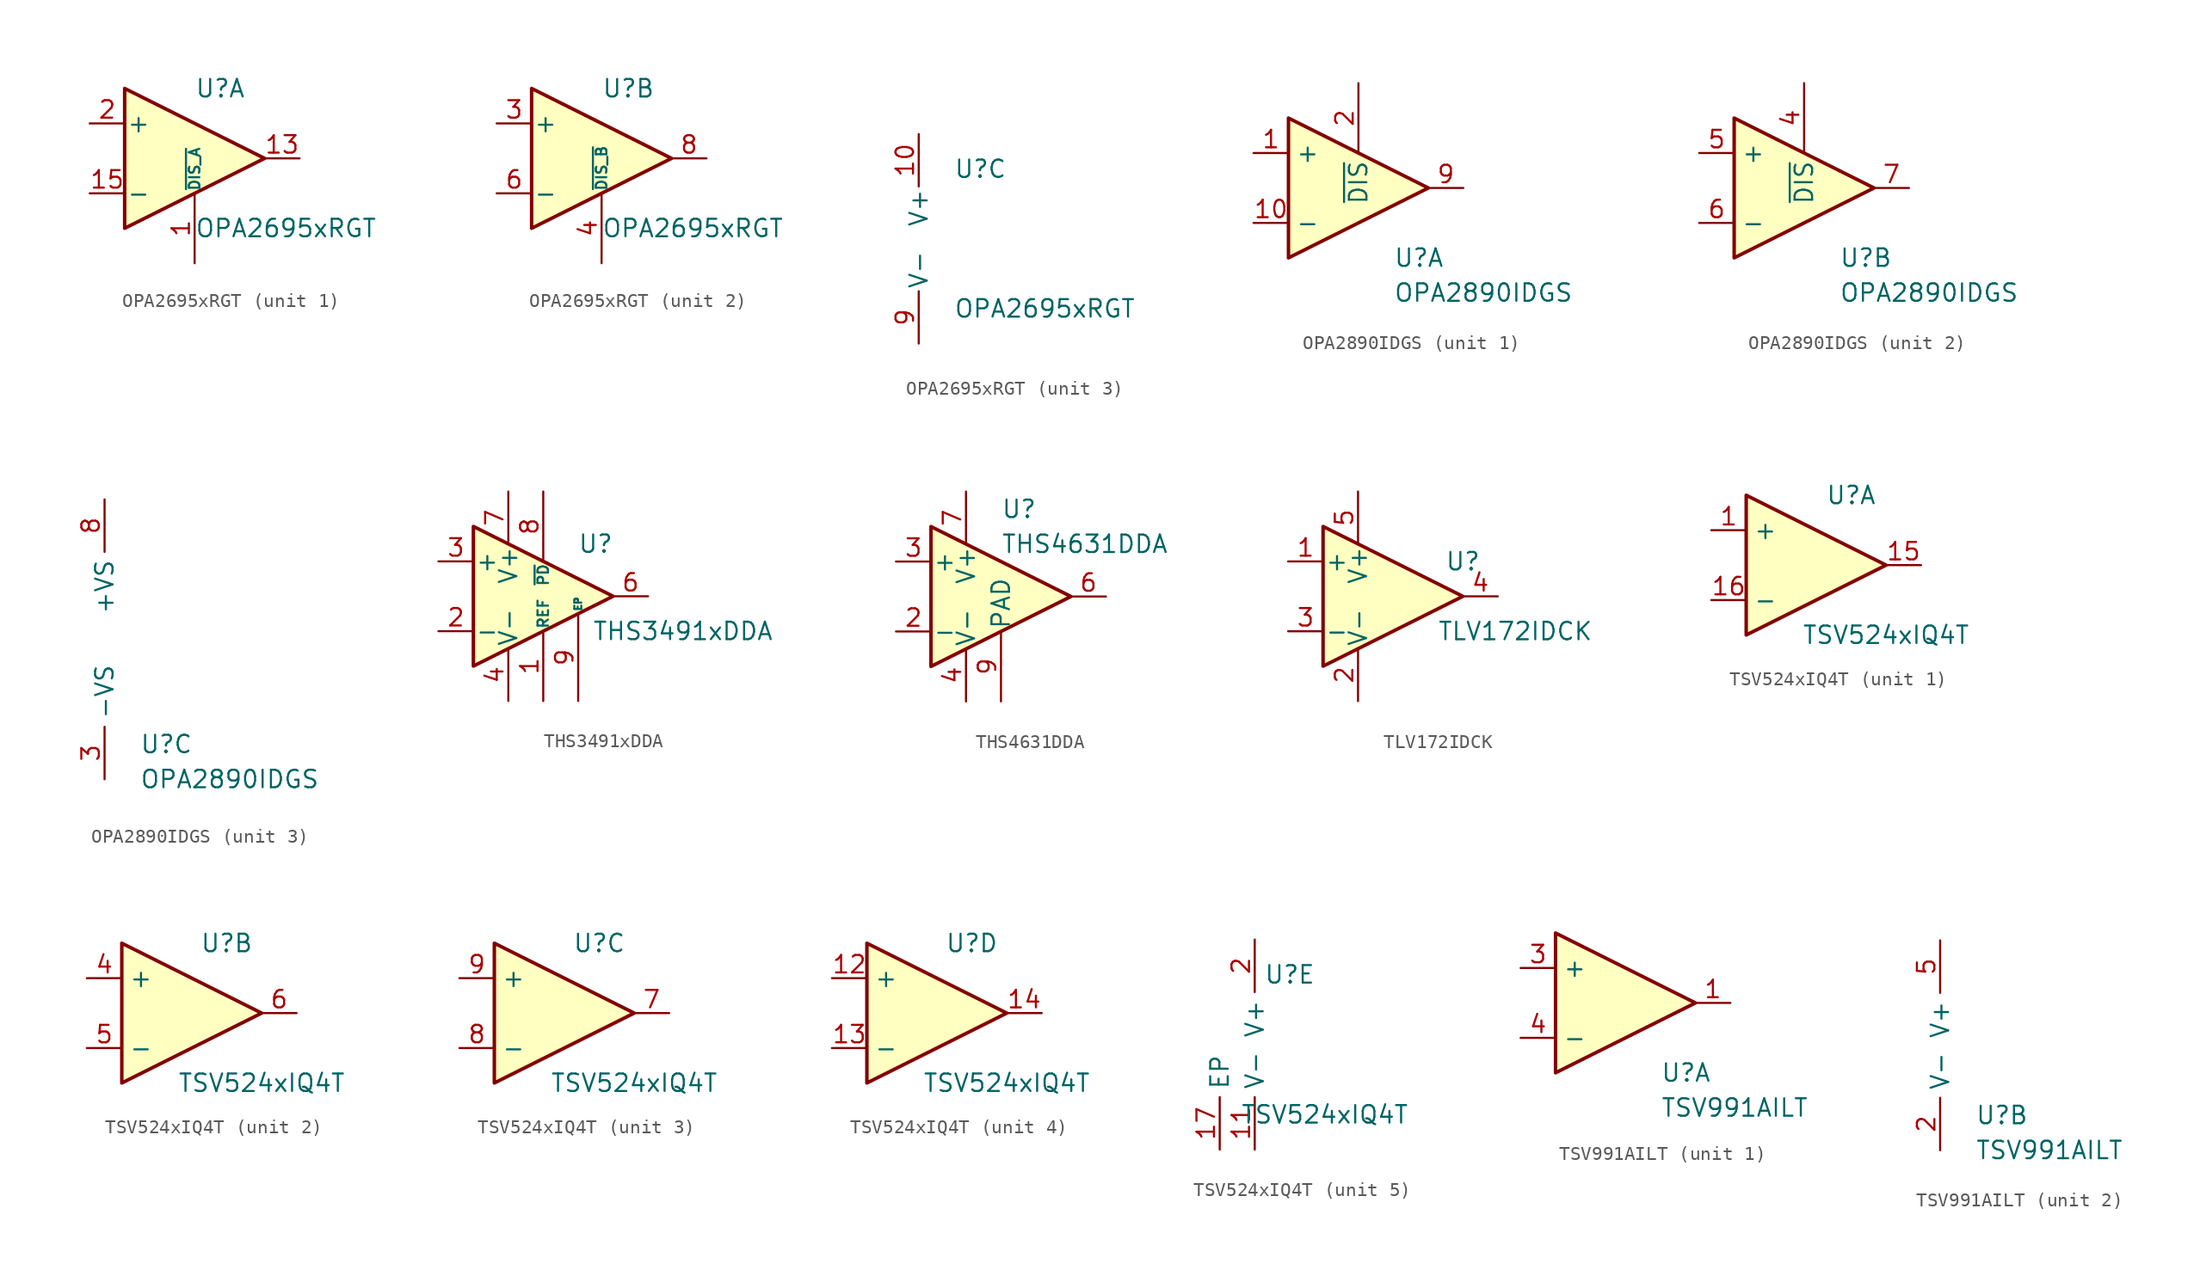
<source format=kicad_sym>
(kicad_symbol_lib
  (version 20231120)
  (generator "kicad_symbol_editor")
  (generator_version "8.0")
  (symbol "OPA2695xRGT"
    (pin_names
      (offset 0.127))
    (property "Reference" "U"
      (at 0 5.08 0)
      (effects (font (size 1.27 1.27)) (justify left)))
    (property "Value" "OPA2695xRGT"
      (at 0 -5.08 0)
      (effects (font (size 1.27 1.27)) (justify left)))
    (property "ki_locked" ""
      (at 0 0 0)
      (effects (font (size 1.27 1.27))))
    (symbol "OPA2695xRGT_1_1"
      (polyline (pts (xy -5.08 5.08) (xy 5.08 0) (xy -5.08 -5.08) (xy -5.08 5.08)) (stroke (width 0.254) (type default)) (fill (type background)))
      (pin input line (at 0 -7.62 90) (length 5.08) (name "~{DIS_A}" (effects (font (size 0.762 0.762)))) (number "1" (effects (font (size 1.27 1.27)))))
      (pin output line (at 7.62 0 180) (length 2.54) (name "~" (effects (font (size 1.27 1.27)))) (number "13" (effects (font (size 1.27 1.27)))))
      (pin no_connect line (at 0 -2.54 90) (length 2.54) hide (name "NC" (effects (font (size 1.27 1.27)))) (number "14" (effects (font (size 1.27 1.27)))))
      (pin input line (at -7.62 -2.54 0) (length 2.54) (name "-" (effects (font (size 1.27 1.27)))) (number "15" (effects (font (size 1.27 1.27)))))
      (pin input line (at -7.62 2.54 0) (length 2.54) (name "+" (effects (font (size 1.27 1.27)))) (number "2" (effects (font (size 1.27 1.27)))))
      (pin no_connect line (at 0 2.54 270) (length 2.54) hide (name "NC" (effects (font (size 1.27 1.27)))) (number "5" (effects (font (size 1.27 1.27))))))
    (symbol "OPA2695xRGT_2_1"
      (polyline (pts (xy -5.08 5.08) (xy 5.08 0) (xy -5.08 -5.08) (xy -5.08 5.08)) (stroke (width 0.254) (type default)) (fill (type background)))
      (pin no_connect line (at 0 -2.54 90) (length 2.54) hide (name "NC" (effects (font (size 1.27 1.27)))) (number "16" (effects (font (size 1.27 1.27)))))
      (pin input line (at -7.62 2.54 0) (length 2.54) (name "+" (effects (font (size 1.27 1.27)))) (number "3" (effects (font (size 1.27 1.27)))))
      (pin input line (at 0 -7.62 90) (length 5.08) (name "~{DIS_B}" (effects (font (size 0.762 0.762)))) (number "4" (effects (font (size 1.27 1.27)))))
      (pin input line (at -7.62 -2.54 0) (length 2.54) (name "-" (effects (font (size 1.27 1.27)))) (number "6" (effects (font (size 1.27 1.27)))))
      (pin no_connect line (at 0 2.54 270) (length 2.54) hide (name "NC" (effects (font (size 1.27 1.27)))) (number "7" (effects (font (size 1.27 1.27)))))
      (pin output line (at 7.62 0 180) (length 2.54) (name "~" (effects (font (size 1.27 1.27)))) (number "8" (effects (font (size 1.27 1.27))))))
    (symbol "OPA2695xRGT_3_1"
      (pin power_in line (at -2.54 7.62 270) (length 3.81) (name "V+" (effects (font (size 1.27 1.27)))) (number "10" (effects (font (size 1.27 1.27)))))
      (pin passive line (at -2.54 7.62 90) (length 3.81) hide (name "V+" (effects (font (size 1.27 1.27)))) (number "11" (effects (font (size 1.27 1.27)))))
      (pin passive line (at -2.54 -7.62 90) (length 3.81) hide (name "V-" (effects (font (size 1.27 1.27)))) (number "12" (effects (font (size 1.27 1.27)))))
      (pin power_in line (at -2.54 -7.62 90) (length 3.81) (name "V-" (effects (font (size 1.27 1.27)))) (number "9" (effects (font (size 1.27 1.27)))))))
  (symbol "OPA2890IDGS"
    (property "Reference" "U"
      (at 2.54 -7.62 0)
      (effects (font (size 1.27 1.27)) (justify left)))
    (property "Value" "OPA2890IDGS"
      (at 2.54 -10.16 0)
      (effects (font (size 1.27 1.27)) (justify left)))
    (property "ki_locked" ""
      (at 0 0 0)
      (effects (font (size 1.27 1.27))))
    (symbol "OPA2890IDGS_1_1"
      (polyline (pts (xy -5.08 2.54) (xy 5.08 -2.54) (xy -5.08 -7.62) (xy -5.08 2.54)) (stroke (width 0.254) (type default)) (fill (type background)))
      (pin input line (at -7.62 0 0) (length 2.54) (name "+" (effects (font (size 1.27 1.27)))) (number "1" (effects (font (size 1.27 1.27)))))
      (pin input line (at -7.62 -5.08 0) (length 2.54) (name "-" (effects (font (size 1.27 1.27)))) (number "10" (effects (font (size 1.27 1.27)))))
      (pin input line (at 0 5.08 270) (length 5.08) (name "~{DIS}" (effects (font (size 1.27 1.27)))) (number "2" (effects (font (size 1.27 1.27)))))
      (pin output line (at 7.62 -2.54 180) (length 2.54) (name "~" (effects (font (size 1.27 1.27)))) (number "9" (effects (font (size 1.27 1.27))))))
    (symbol "OPA2890IDGS_2_1"
      (polyline (pts (xy -5.08 2.54) (xy 5.08 -2.54) (xy -5.08 -7.62) (xy -5.08 2.54)) (stroke (width 0.254) (type default)) (fill (type background)))
      (pin input line (at 0 5.08 270) (length 5.08) (name "~{DIS}" (effects (font (size 1.27 1.27)))) (number "4" (effects (font (size 1.27 1.27)))))
      (pin input line (at -7.62 0 0) (length 2.54) (name "+" (effects (font (size 1.27 1.27)))) (number "5" (effects (font (size 1.27 1.27)))))
      (pin input line (at -7.62 -5.08 0) (length 2.54) (name "-" (effects (font (size 1.27 1.27)))) (number "6" (effects (font (size 1.27 1.27)))))
      (pin output line (at 7.62 -2.54 180) (length 2.54) (name "~" (effects (font (size 1.27 1.27)))) (number "7" (effects (font (size 1.27 1.27))))))
    (symbol "OPA2890IDGS_3_1"
      (pin power_in line (at 0 -10.16 90) (length 3.81) (name "-VS" (effects (font (size 1.27 1.27)))) (number "3" (effects (font (size 1.27 1.27)))))
      (pin power_in line (at 0 10.16 270) (length 3.81) (name "+VS" (effects (font (size 1.27 1.27)))) (number "8" (effects (font (size 1.27 1.27)))))))
  (symbol "THS3491xDDA"
    (pin_names
      (offset 0.127))
    (property "Reference" "U"
      (at 3.81 3.81 0)
      (effects (font (size 1.27 1.27))))
    (property "Value" "THS3491xDDA"
      (at 10.16 -2.54 0)
      (effects (font (size 1.27 1.27))))
    (symbol "THS3491xDDA_1_1"
      (polyline (pts (xy -5.08 5.08) (xy 5.08 0) (xy -5.08 -5.08) (xy -5.08 5.08)) (stroke (width 0.254) (type default)) (fill (type background)))
      (pin input line (at 0 -7.62 90) (length 5.08) (name "REF" (effects (font (size 0.762 0.762)))) (number "1" (effects (font (size 1.27 1.27)))))
      (pin input line (at -7.62 -2.54 0) (length 2.54) (name "-" (effects (font (size 1.27 1.27)))) (number "2" (effects (font (size 1.27 1.27)))))
      (pin input line (at -7.62 2.54 0) (length 2.54) (name "+" (effects (font (size 1.27 1.27)))) (number "3" (effects (font (size 1.27 1.27)))))
      (pin power_in line (at -2.54 -7.62 90) (length 3.81) (name "V-" (effects (font (size 1.27 1.27)))) (number "4" (effects (font (size 1.27 1.27)))))
      (pin no_connect line (at -5.08 0 0) (length 2.54) hide (name "NC" (effects (font (size 1.27 1.27)))) (number "5" (effects (font (size 1.27 1.27)))))
      (pin output line (at 7.62 0 180) (length 2.54) (name "~" (effects (font (size 1.27 1.27)))) (number "6" (effects (font (size 1.27 1.27)))))
      (pin power_in line (at -2.54 7.62 270) (length 3.81) (name "V+" (effects (font (size 1.27 1.27)))) (number "7" (effects (font (size 1.27 1.27)))))
      (pin input line (at 0 7.62 270) (length 5.08) (name "~{PD}" (effects (font (size 0.762 0.762)))) (number "8" (effects (font (size 1.27 1.27)))))
      (pin passive line (at 2.54 -7.62 90) (length 6.35) (name "EP" (effects (font (size 0.508 0.508)))) (number "9" (effects (font (size 1.27 1.27)))))))
  (symbol "THS4631DDA"
    (pin_names
      (offset 0.127))
    (property "Reference" "U"
      (at 0 6.35 0)
      (effects (font (size 1.27 1.27)) (justify left)))
    (property "Value" "THS4631DDA"
      (at 0 3.81 0)
      (effects (font (size 1.27 1.27)) (justify left)))
    (symbol "THS4631DDA_0_1"
      (polyline (pts (xy -5.08 5.08) (xy 5.08 0) (xy -5.08 -5.08) (xy -5.08 5.08)) (stroke (width 0.254) (type default)) (fill (type background))))
    (symbol "THS4631DDA_1_1"
      (pin no_connect line (at -2.54 2.54 270) (length 2.54) hide (name "NC" (effects (font (size 1.27 1.27)))) (number "1" (effects (font (size 1.27 1.27)))))
      (pin input line (at -7.62 -2.54 0) (length 2.54) (name "-" (effects (font (size 1.27 1.27)))) (number "2" (effects (font (size 1.27 1.27)))))
      (pin input line (at -7.62 2.54 0) (length 2.54) (name "+" (effects (font (size 1.27 1.27)))) (number "3" (effects (font (size 1.27 1.27)))))
      (pin power_in line (at -2.54 -7.62 90) (length 3.81) (name "V-" (effects (font (size 1.27 1.27)))) (number "4" (effects (font (size 1.27 1.27)))))
      (pin no_connect line (at 0 2.54 270) (length 2.54) hide (name "NC" (effects (font (size 1.27 1.27)))) (number "5" (effects (font (size 1.27 1.27)))))
      (pin output line (at 7.62 0 180) (length 2.54) (name "~" (effects (font (size 1.27 1.27)))) (number "6" (effects (font (size 1.27 1.27)))))
      (pin power_in line (at -2.54 7.62 270) (length 3.81) (name "V+" (effects (font (size 1.27 1.27)))) (number "7" (effects (font (size 1.27 1.27)))))
      (pin no_connect line (at 0 -2.54 90) (length 2.54) hide (name "NC" (effects (font (size 1.27 1.27)))) (number "8" (effects (font (size 1.27 1.27)))))
      (pin passive line (at 0 -7.62 90) (length 5.08) (name "PAD" (effects (font (size 1.27 1.27)))) (number "9" (effects (font (size 1.27 1.27)))))))
  (symbol "TLV172IDCK"
    (pin_names
      (offset 0.127))
    (property "Reference" "U"
      (at 7.62 2.54 0)
      (effects (font (size 1.27 1.27))))
    (property "Value" "TLV172IDCK"
      (at 11.43 -2.54 0)
      (effects (font (size 1.27 1.27))))
    (symbol "TLV172IDCK_0_1"
      (polyline (pts (xy -2.54 5.08) (xy -2.54 -5.08) (xy 7.62 0) (xy -2.54 5.08)) (stroke (width 0.254) (type default)) (fill (type background))))
    (symbol "TLV172IDCK_1_1"
      (pin input line (at -5.08 2.54 0) (length 2.54) (name "+" (effects (font (size 1.27 1.27)))) (number "1" (effects (font (size 1.27 1.27)))))
      (pin power_in line (at 0 -7.62 90) (length 3.81) (name "V-" (effects (font (size 1.27 1.27)))) (number "2" (effects (font (size 1.27 1.27)))))
      (pin input line (at -5.08 -2.54 0) (length 2.54) (name "-" (effects (font (size 1.27 1.27)))) (number "3" (effects (font (size 1.27 1.27)))))
      (pin output line (at 10.16 0 180) (length 2.54) (name "~" (effects (font (size 1.27 1.27)))) (number "4" (effects (font (size 1.27 1.27)))))
      (pin power_in line (at 0 7.62 270) (length 3.81) (name "V+" (effects (font (size 1.27 1.27)))) (number "5" (effects (font (size 1.27 1.27)))))))
  (symbol "TSV524xIQ4T"
    (property "Reference" "U"
      (at 2.54 5.08 0)
      (effects (font (size 1.27 1.27))))
    (property "Value" "TSV524xIQ4T"
      (at 5.08 -5.08 0)
      (effects (font (size 1.27 1.27))))
    (property "ki_locked" ""
      (at 0 0 0)
      (effects (font (size 1.27 1.27))))
    (symbol "TSV524xIQ4T_1_1"
      (polyline (pts (xy -5.08 5.08) (xy 5.08 0) (xy -5.08 -5.08) (xy -5.08 5.08)) (stroke (width 0.254) (type default)) (fill (type background)))
      (pin input line (at -7.62 2.54 0) (length 2.54) (name "+" (effects (font (size 1.27 1.27)))) (number "1" (effects (font (size 1.27 1.27)))))
      (pin output line (at 7.62 0 180) (length 2.54) (name "~" (effects (font (size 1.27 1.27)))) (number "15" (effects (font (size 1.27 1.27)))))
      (pin input line (at -7.62 -2.54 0) (length 2.54) (name "-" (effects (font (size 1.27 1.27)))) (number "16" (effects (font (size 1.27 1.27))))))
    (symbol "TSV524xIQ4T_2_1"
      (polyline (pts (xy -5.08 5.08) (xy 5.08 0) (xy -5.08 -5.08) (xy -5.08 5.08)) (stroke (width 0.254) (type default)) (fill (type background)))
      (pin input line (at -7.62 2.54 0) (length 2.54) (name "+" (effects (font (size 1.27 1.27)))) (number "4" (effects (font (size 1.27 1.27)))))
      (pin input line (at -7.62 -2.54 0) (length 2.54) (name "-" (effects (font (size 1.27 1.27)))) (number "5" (effects (font (size 1.27 1.27)))))
      (pin output line (at 7.62 0 180) (length 2.54) (name "~" (effects (font (size 1.27 1.27)))) (number "6" (effects (font (size 1.27 1.27))))))
    (symbol "TSV524xIQ4T_3_1"
      (polyline (pts (xy -5.08 5.08) (xy 5.08 0) (xy -5.08 -5.08) (xy -5.08 5.08)) (stroke (width 0.254) (type default)) (fill (type background)))
      (pin output line (at 7.62 0 180) (length 2.54) (name "~" (effects (font (size 1.27 1.27)))) (number "7" (effects (font (size 1.27 1.27)))))
      (pin input line (at -7.62 -2.54 0) (length 2.54) (name "-" (effects (font (size 1.27 1.27)))) (number "8" (effects (font (size 1.27 1.27)))))
      (pin input line (at -7.62 2.54 0) (length 2.54) (name "+" (effects (font (size 1.27 1.27)))) (number "9" (effects (font (size 1.27 1.27))))))
    (symbol "TSV524xIQ4T_4_1"
      (polyline (pts (xy -5.08 5.08) (xy 5.08 0) (xy -5.08 -5.08) (xy -5.08 5.08)) (stroke (width 0.254) (type default)) (fill (type background)))
      (pin input line (at -7.62 2.54 0) (length 2.54) (name "+" (effects (font (size 1.27 1.27)))) (number "12" (effects (font (size 1.27 1.27)))))
      (pin input line (at -7.62 -2.54 0) (length 2.54) (name "-" (effects (font (size 1.27 1.27)))) (number "13" (effects (font (size 1.27 1.27)))))
      (pin output line (at 7.62 0 180) (length 2.54) (name "~" (effects (font (size 1.27 1.27)))) (number "14" (effects (font (size 1.27 1.27))))))
    (symbol "TSV524xIQ4T_5_1"
      (pin no_connect line (at -2.54 0 0) (length 3.81) hide (name "NC" (effects (font (size 1.27 1.27)))) (number "10" (effects (font (size 1.27 1.27)))))
      (pin power_in line (at 0 -7.62 90) (length 3.81) (name "V-" (effects (font (size 1.27 1.27)))) (number "11" (effects (font (size 1.27 1.27)))))
      (pin passive line (at -2.54 -7.62 90) (length 3.81) (name "EP" (effects (font (size 1.27 1.27)))) (number "17" (effects (font (size 1.27 1.27)))))
      (pin power_in line (at 0 7.62 270) (length 3.81) (name "V+" (effects (font (size 1.27 1.27)))) (number "2" (effects (font (size 1.27 1.27)))))
      (pin no_connect line (at -2.54 2.54 0) (length 3.81) hide (name "NC" (effects (font (size 1.27 1.27)))) (number "3" (effects (font (size 1.27 1.27)))))))
  (symbol "TSV991AILT"
    (property "Reference" "U"
      (at 2.54 -5.08 0)
      (effects (font (size 1.27 1.27)) (justify left)))
    (property "Value" "TSV991AILT"
      (at 2.54 -7.62 0)
      (effects (font (size 1.27 1.27)) (justify left)))
    (symbol "TSV991AILT_1_1"
      (polyline (pts (xy -5.08 5.08) (xy 5.08 0) (xy -5.08 -5.08) (xy -5.08 5.08)) (stroke (width 0.254) (type default)) (fill (type background)))
      (pin output line (at 7.62 0 180) (length 2.54) (name "~" (effects (font (size 1.27 1.27)))) (number "1" (effects (font (size 1.27 1.27)))))
      (pin input line (at -7.62 2.54 0) (length 2.54) (name "+" (effects (font (size 1.27 1.27)))) (number "3" (effects (font (size 1.27 1.27)))))
      (pin input line (at -7.62 -2.54 0) (length 2.54) (name "-" (effects (font (size 1.27 1.27)))) (number "4" (effects (font (size 1.27 1.27))))))
    (symbol "TSV991AILT_2_1"
      (pin power_in line (at 0 -7.62 90) (length 3.81) (name "V-" (effects (font (size 1.27 1.27)))) (number "2" (effects (font (size 1.27 1.27)))))
      (pin power_in line (at 0 7.62 270) (length 3.81) (name "V+" (effects (font (size 1.27 1.27)))) (number "5" (effects (font (size 1.27 1.27))))))))
</source>
